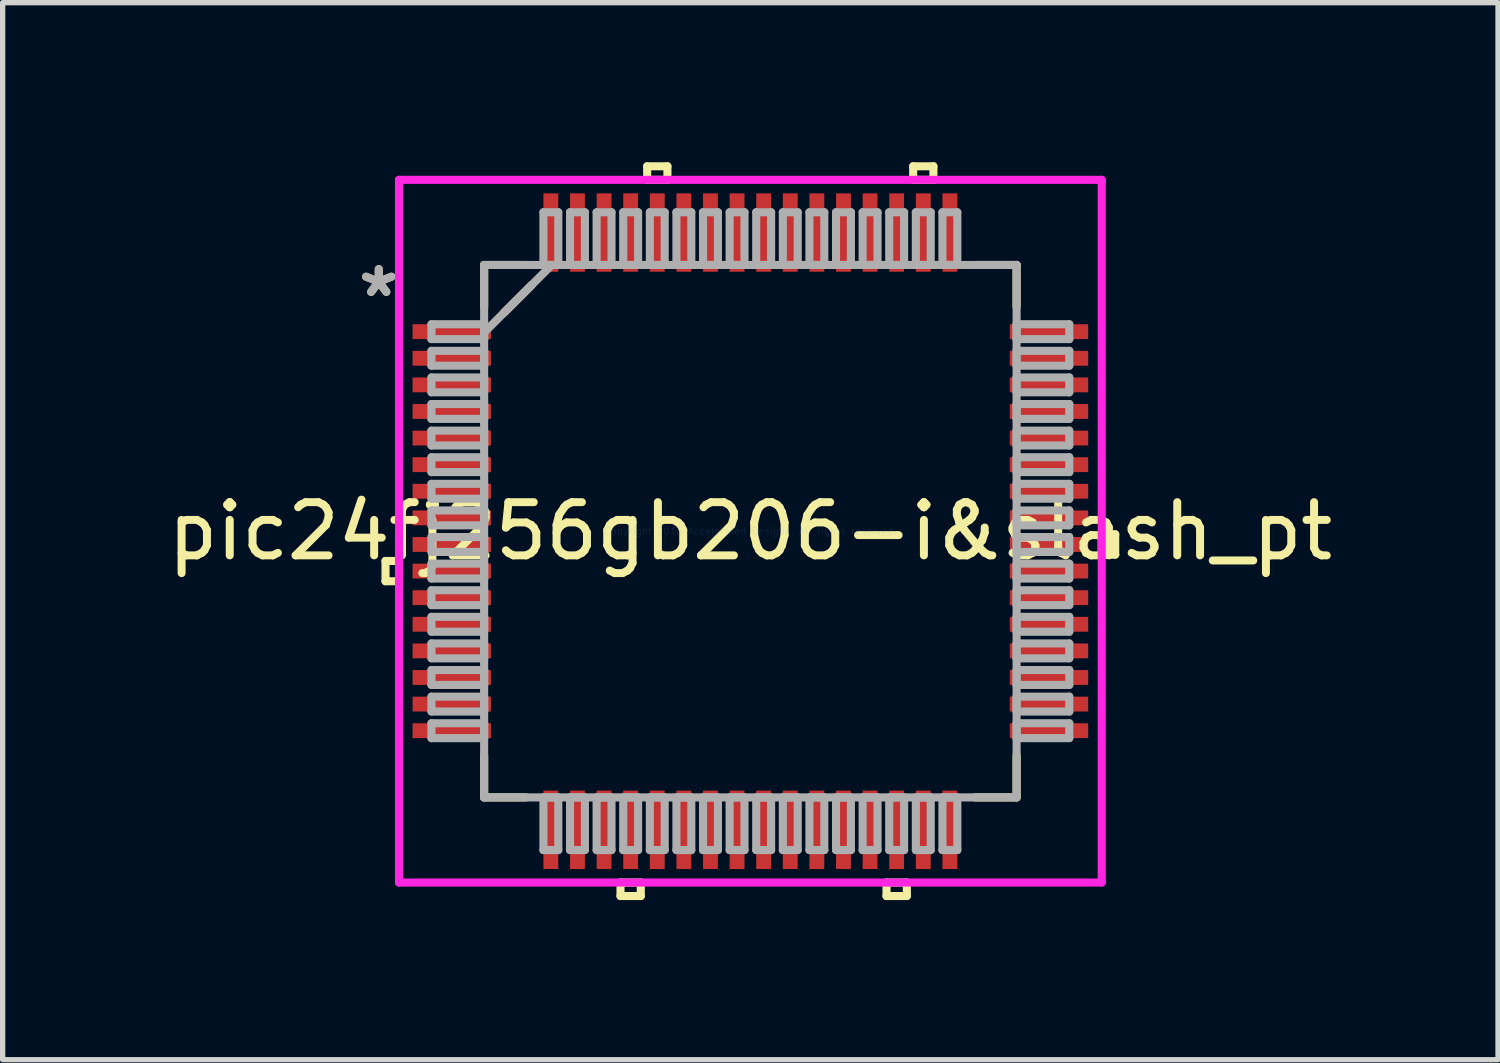
<source format=kicad_pcb>
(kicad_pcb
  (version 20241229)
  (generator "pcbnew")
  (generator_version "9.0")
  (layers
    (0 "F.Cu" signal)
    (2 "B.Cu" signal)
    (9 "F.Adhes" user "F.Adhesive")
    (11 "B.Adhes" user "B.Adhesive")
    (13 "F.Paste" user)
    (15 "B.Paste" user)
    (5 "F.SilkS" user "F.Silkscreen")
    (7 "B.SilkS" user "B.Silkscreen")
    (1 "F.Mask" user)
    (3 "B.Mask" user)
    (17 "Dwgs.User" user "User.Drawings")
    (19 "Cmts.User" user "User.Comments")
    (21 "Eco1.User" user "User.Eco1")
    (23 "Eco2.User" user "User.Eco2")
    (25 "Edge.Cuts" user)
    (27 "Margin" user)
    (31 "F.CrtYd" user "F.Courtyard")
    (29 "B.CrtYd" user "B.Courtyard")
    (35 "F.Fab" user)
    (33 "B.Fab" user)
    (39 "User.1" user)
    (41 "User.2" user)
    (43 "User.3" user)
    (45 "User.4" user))
  (footprint "pic24fj256gb206-i&slash_pt"
    (layer "F.Cu")
    (at 11.054 6.934)
    (property "Reference" "pic24fj256gb206-i&slash_pt" (at 0 0 0) (layer "F.SilkS") (effects (font (size 1 1) (thickness 0.15))))
    (attr through_hole)
    (fp_line (start -6.858 0.56) (end -6.858 0.941) (stroke (width 0.152) (type solid)) (layer "F.SilkS"))
    (fp_line (start -6.858 0.941) (end -6.604 0.941) (stroke (width 0.152) (type solid)) (layer "F.SilkS"))
    (fp_line (start -6.604 0.56) (end -6.858 0.56) (stroke (width 0.152) (type solid)) (layer "F.SilkS"))
    (fp_line (start -6.604 0.941) (end -6.604 0.56) (stroke (width 0.152) (type solid)) (layer "F.SilkS"))
    (fp_line (start -5.004 -5.004) (end -5.004 -4.22) (stroke (width 0.152) (type solid)) (layer "F.SilkS"))
    (fp_line (start -5.004 4.22) (end -5.004 5.004) (stroke (width 0.152) (type solid)) (layer "F.SilkS"))
    (fp_line (start -5.004 5.004) (end -4.22 5.004) (stroke (width 0.152) (type solid)) (layer "F.SilkS"))
    (fp_line (start -4.629 -4.108) (end -4.108 -4.629) (stroke (width 0.152) (type solid)) (layer "F.SilkS"))
    (fp_line (start -4.22 -5.004) (end -5.004 -5.004) (stroke (width 0.152) (type solid)) (layer "F.SilkS"))
    (fp_line (start -2.441 6.604) (end -2.441 6.858) (stroke (width 0.152) (type solid)) (layer "F.SilkS"))
    (fp_line (start -2.441 6.858) (end -2.06 6.858) (stroke (width 0.152) (type solid)) (layer "F.SilkS"))
    (fp_line (start -2.06 6.604) (end -2.441 6.604) (stroke (width 0.152) (type solid)) (layer "F.SilkS"))
    (fp_line (start -2.06 6.858) (end -2.06 6.604) (stroke (width 0.152) (type solid)) (layer "F.SilkS"))
    (fp_line (start -1.94 -6.858) (end -1.559 -6.858) (stroke (width 0.152) (type solid)) (layer "F.SilkS"))
    (fp_line (start -1.94 -6.604) (end -1.94 -6.858) (stroke (width 0.152) (type solid)) (layer "F.SilkS"))
    (fp_line (start -1.559 -6.858) (end -1.559 -6.604) (stroke (width 0.152) (type solid)) (layer "F.SilkS"))
    (fp_line (start -1.559 -6.604) (end -1.94 -6.604) (stroke (width 0.152) (type solid)) (layer "F.SilkS"))
    (fp_line (start 2.559 6.604) (end 2.559 6.858) (stroke (width 0.152) (type solid)) (layer "F.SilkS"))
    (fp_line (start 2.559 6.858) (end 2.941 6.858) (stroke (width 0.152) (type solid)) (layer "F.SilkS"))
    (fp_line (start 2.941 6.604) (end 2.559 6.604) (stroke (width 0.152) (type solid)) (layer "F.SilkS"))
    (fp_line (start 2.941 6.858) (end 2.941 6.604) (stroke (width 0.152) (type solid)) (layer "F.SilkS"))
    (fp_line (start 3.06 -6.858) (end 3.441 -6.858) (stroke (width 0.152) (type solid)) (layer "F.SilkS"))
    (fp_line (start 3.06 -6.604) (end 3.06 -6.858) (stroke (width 0.152) (type solid)) (layer "F.SilkS"))
    (fp_line (start 3.441 -6.858) (end 3.441 -6.604) (stroke (width 0.152) (type solid)) (layer "F.SilkS"))
    (fp_line (start 3.441 -6.604) (end 3.06 -6.604) (stroke (width 0.152) (type solid)) (layer "F.SilkS"))
    (fp_line (start 4.22 5.004) (end 5.004 5.004) (stroke (width 0.152) (type solid)) (layer "F.SilkS"))
    (fp_line (start 5.004 -5.004) (end 4.22 -5.004) (stroke (width 0.152) (type solid)) (layer "F.SilkS"))
    (fp_line (start 5.004 -4.22) (end 5.004 -5.004) (stroke (width 0.152) (type solid)) (layer "F.SilkS"))
    (fp_line (start 5.004 5.004) (end 5.004 4.22) (stroke (width 0.152) (type solid)) (layer "F.SilkS"))
    (fp_line (start 6.604 0.059) (end 6.858 0.059) (stroke (width 0.152) (type solid)) (layer "F.SilkS"))
    (fp_line (start 6.604 0.441) (end 6.604 0.059) (stroke (width 0.152) (type solid)) (layer "F.SilkS"))
    (fp_line (start 6.858 0.059) (end 6.858 0.441) (stroke (width 0.152) (type solid)) (layer "F.SilkS"))
    (fp_line (start 6.858 0.441) (end 6.604 0.441) (stroke (width 0.152) (type solid)) (layer "F.SilkS"))
    (fp_line (start -6.604 -6.604) (end 6.604 -6.604) (stroke (width 0.152) (type solid)) (layer "F.CrtYd"))
    (fp_line (start -6.604 6.604) (end -6.604 -6.604) (stroke (width 0.152) (type solid)) (layer "F.CrtYd"))
    (fp_line (start 6.604 -6.604) (end 6.604 6.604) (stroke (width 0.152) (type solid)) (layer "F.CrtYd"))
    (fp_line (start 6.604 6.604) (end -6.604 6.604) (stroke (width 0.152) (type solid)) (layer "F.CrtYd"))
    (fp_line (start -5.994 -3.89) (end -5.994 -3.61) (stroke (width 0.152) (type solid)) (layer "F.Fab"))
    (fp_line (start -5.994 -3.61) (end -5.004 -3.61) (stroke (width 0.152) (type solid)) (layer "F.Fab"))
    (fp_line (start -5.994 -3.39) (end -5.994 -3.11) (stroke (width 0.152) (type solid)) (layer "F.Fab"))
    (fp_line (start -5.994 -3.11) (end -5.004 -3.11) (stroke (width 0.152) (type solid)) (layer "F.Fab"))
    (fp_line (start -5.994 -2.89) (end -5.994 -2.61) (stroke (width 0.152) (type solid)) (layer "F.Fab"))
    (fp_line (start -5.994 -2.61) (end -5.004 -2.61) (stroke (width 0.152) (type solid)) (layer "F.Fab"))
    (fp_line (start -5.994 -2.39) (end -5.994 -2.11) (stroke (width 0.152) (type solid)) (layer "F.Fab"))
    (fp_line (start -5.994 -2.11) (end -5.004 -2.11) (stroke (width 0.152) (type solid)) (layer "F.Fab"))
    (fp_line (start -5.994 -1.89) (end -5.994 -1.61) (stroke (width 0.152) (type solid)) (layer "F.Fab"))
    (fp_line (start -5.994 -1.61) (end -5.004 -1.61) (stroke (width 0.152) (type solid)) (layer "F.Fab"))
    (fp_line (start -5.994 -1.39) (end -5.994 -1.11) (stroke (width 0.152) (type solid)) (layer "F.Fab"))
    (fp_line (start -5.994 -1.11) (end -5.004 -1.11) (stroke (width 0.152) (type solid)) (layer "F.Fab"))
    (fp_line (start -5.994 -0.89) (end -5.994 -0.61) (stroke (width 0.152) (type solid)) (layer "F.Fab"))
    (fp_line (start -5.994 -0.61) (end -5.004 -0.61) (stroke (width 0.152) (type solid)) (layer "F.Fab"))
    (fp_line (start -5.994 -0.39) (end -5.994 -0.11) (stroke (width 0.152) (type solid)) (layer "F.Fab"))
    (fp_line (start -5.994 -0.11) (end -5.004 -0.11) (stroke (width 0.152) (type solid)) (layer "F.Fab"))
    (fp_line (start -5.994 0.11) (end -5.994 0.39) (stroke (width 0.152) (type solid)) (layer "F.Fab"))
    (fp_line (start -5.994 0.39) (end -5.004 0.39) (stroke (width 0.152) (type solid)) (layer "F.Fab"))
    (fp_line (start -5.994 0.61) (end -5.994 0.89) (stroke (width 0.152) (type solid)) (layer "F.Fab"))
    (fp_line (start -5.994 0.89) (end -5.004 0.89) (stroke (width 0.152) (type solid)) (layer "F.Fab"))
    (fp_line (start -5.994 1.11) (end -5.994 1.39) (stroke (width 0.152) (type solid)) (layer "F.Fab"))
    (fp_line (start -5.994 1.39) (end -5.004 1.39) (stroke (width 0.152) (type solid)) (layer "F.Fab"))
    (fp_line (start -5.994 1.61) (end -5.994 1.89) (stroke (width 0.152) (type solid)) (layer "F.Fab"))
    (fp_line (start -5.994 1.89) (end -5.004 1.89) (stroke (width 0.152) (type solid)) (layer "F.Fab"))
    (fp_line (start -5.994 2.11) (end -5.994 2.39) (stroke (width 0.152) (type solid)) (layer "F.Fab"))
    (fp_line (start -5.994 2.39) (end -5.004 2.39) (stroke (width 0.152) (type solid)) (layer "F.Fab"))
    (fp_line (start -5.994 2.61) (end -5.994 2.89) (stroke (width 0.152) (type solid)) (layer "F.Fab"))
    (fp_line (start -5.994 2.89) (end -5.004 2.89) (stroke (width 0.152) (type solid)) (layer "F.Fab"))
    (fp_line (start -5.994 3.11) (end -5.994 3.39) (stroke (width 0.152) (type solid)) (layer "F.Fab"))
    (fp_line (start -5.994 3.39) (end -5.004 3.39) (stroke (width 0.152) (type solid)) (layer "F.Fab"))
    (fp_line (start -5.994 3.61) (end -5.994 3.89) (stroke (width 0.152) (type solid)) (layer "F.Fab"))
    (fp_line (start -5.994 3.89) (end -5.004 3.89) (stroke (width 0.152) (type solid)) (layer "F.Fab"))
    (fp_line (start -5.004 -5.004) (end -5.004 5.004) (stroke (width 0.152) (type solid)) (layer "F.Fab"))
    (fp_line (start -5.004 -3.89) (end -5.994 -3.89) (stroke (width 0.152) (type solid)) (layer "F.Fab"))
    (fp_line (start -5.004 -3.734) (end -3.734 -5.004) (stroke (width 0.152) (type solid)) (layer "F.Fab"))
    (fp_line (start -5.004 -3.61) (end -5.004 -3.89) (stroke (width 0.152) (type solid)) (layer "F.Fab"))
    (fp_line (start -5.004 -3.39) (end -5.994 -3.39) (stroke (width 0.152) (type solid)) (layer "F.Fab"))
    (fp_line (start -5.004 -3.11) (end -5.004 -3.39) (stroke (width 0.152) (type solid)) (layer "F.Fab"))
    (fp_line (start -5.004 -2.89) (end -5.994 -2.89) (stroke (width 0.152) (type solid)) (layer "F.Fab"))
    (fp_line (start -5.004 -2.61) (end -5.004 -2.89) (stroke (width 0.152) (type solid)) (layer "F.Fab"))
    (fp_line (start -5.004 -2.39) (end -5.994 -2.39) (stroke (width 0.152) (type solid)) (layer "F.Fab"))
    (fp_line (start -5.004 -2.11) (end -5.004 -2.39) (stroke (width 0.152) (type solid)) (layer "F.Fab"))
    (fp_line (start -5.004 -1.89) (end -5.994 -1.89) (stroke (width 0.152) (type solid)) (layer "F.Fab"))
    (fp_line (start -5.004 -1.61) (end -5.004 -1.89) (stroke (width 0.152) (type solid)) (layer "F.Fab"))
    (fp_line (start -5.004 -1.39) (end -5.994 -1.39) (stroke (width 0.152) (type solid)) (layer "F.Fab"))
    (fp_line (start -5.004 -1.11) (end -5.004 -1.39) (stroke (width 0.152) (type solid)) (layer "F.Fab"))
    (fp_line (start -5.004 -0.89) (end -5.994 -0.89) (stroke (width 0.152) (type solid)) (layer "F.Fab"))
    (fp_line (start -5.004 -0.61) (end -5.004 -0.89) (stroke (width 0.152) (type solid)) (layer "F.Fab"))
    (fp_line (start -5.004 -0.39) (end -5.994 -0.39) (stroke (width 0.152) (type solid)) (layer "F.Fab"))
    (fp_line (start -5.004 -0.11) (end -5.004 -0.39) (stroke (width 0.152) (type solid)) (layer "F.Fab"))
    (fp_line (start -5.004 0.11) (end -5.994 0.11) (stroke (width 0.152) (type solid)) (layer "F.Fab"))
    (fp_line (start -5.004 0.39) (end -5.004 0.11) (stroke (width 0.152) (type solid)) (layer "F.Fab"))
    (fp_line (start -5.004 0.61) (end -5.994 0.61) (stroke (width 0.152) (type solid)) (layer "F.Fab"))
    (fp_line (start -5.004 0.89) (end -5.004 0.61) (stroke (width 0.152) (type solid)) (layer "F.Fab"))
    (fp_line (start -5.004 1.11) (end -5.994 1.11) (stroke (width 0.152) (type solid)) (layer "F.Fab"))
    (fp_line (start -5.004 1.39) (end -5.004 1.11) (stroke (width 0.152) (type solid)) (layer "F.Fab"))
    (fp_line (start -5.004 1.61) (end -5.994 1.61) (stroke (width 0.152) (type solid)) (layer "F.Fab"))
    (fp_line (start -5.004 1.89) (end -5.004 1.61) (stroke (width 0.152) (type solid)) (layer "F.Fab"))
    (fp_line (start -5.004 2.11) (end -5.994 2.11) (stroke (width 0.152) (type solid)) (layer "F.Fab"))
    (fp_line (start -5.004 2.39) (end -5.004 2.11) (stroke (width 0.152) (type solid)) (layer "F.Fab"))
    (fp_line (start -5.004 2.61) (end -5.994 2.61) (stroke (width 0.152) (type solid)) (layer "F.Fab"))
    (fp_line (start -5.004 2.89) (end -5.004 2.61) (stroke (width 0.152) (type solid)) (layer "F.Fab"))
    (fp_line (start -5.004 3.11) (end -5.994 3.11) (stroke (width 0.152) (type solid)) (layer "F.Fab"))
    (fp_line (start -5.004 3.39) (end -5.004 3.11) (stroke (width 0.152) (type solid)) (layer "F.Fab"))
    (fp_line (start -5.004 3.61) (end -5.994 3.61) (stroke (width 0.152) (type solid)) (layer "F.Fab"))
    (fp_line (start -5.004 3.89) (end -5.004 3.61) (stroke (width 0.152) (type solid)) (layer "F.Fab"))
    (fp_line (start -5.004 5.004) (end 5.004 5.004) (stroke (width 0.152) (type solid)) (layer "F.Fab"))
    (fp_line (start -3.89 -5.994) (end -3.89 -5.004) (stroke (width 0.152) (type solid)) (layer "F.Fab"))
    (fp_line (start -3.89 -5.004) (end -3.61 -5.004) (stroke (width 0.152) (type solid)) (layer "F.Fab"))
    (fp_line (start -3.89 5.004) (end -3.89 5.994) (stroke (width 0.152) (type solid)) (layer "F.Fab"))
    (fp_line (start -3.89 5.994) (end -3.61 5.994) (stroke (width 0.152) (type solid)) (layer "F.Fab"))
    (fp_line (start -3.61 -5.994) (end -3.89 -5.994) (stroke (width 0.152) (type solid)) (layer "F.Fab"))
    (fp_line (start -3.61 -5.004) (end -3.61 -5.994) (stroke (width 0.152) (type solid)) (layer "F.Fab"))
    (fp_line (start -3.61 5.004) (end -3.89 5.004) (stroke (width 0.152) (type solid)) (layer "F.Fab"))
    (fp_line (start -3.61 5.994) (end -3.61 5.004) (stroke (width 0.152) (type solid)) (layer "F.Fab"))
    (fp_line (start -3.39 -5.994) (end -3.39 -5.004) (stroke (width 0.152) (type solid)) (layer "F.Fab"))
    (fp_line (start -3.39 -5.004) (end -3.11 -5.004) (stroke (width 0.152) (type solid)) (layer "F.Fab"))
    (fp_line (start -3.39 5.004) (end -3.39 5.994) (stroke (width 0.152) (type solid)) (layer "F.Fab"))
    (fp_line (start -3.39 5.994) (end -3.11 5.994) (stroke (width 0.152) (type solid)) (layer "F.Fab"))
    (fp_line (start -3.11 -5.994) (end -3.39 -5.994) (stroke (width 0.152) (type solid)) (layer "F.Fab"))
    (fp_line (start -3.11 -5.004) (end -3.11 -5.994) (stroke (width 0.152) (type solid)) (layer "F.Fab"))
    (fp_line (start -3.11 5.004) (end -3.39 5.004) (stroke (width 0.152) (type solid)) (layer "F.Fab"))
    (fp_line (start -3.11 5.994) (end -3.11 5.004) (stroke (width 0.152) (type solid)) (layer "F.Fab"))
    (fp_line (start -2.89 -5.994) (end -2.89 -5.004) (stroke (width 0.152) (type solid)) (layer "F.Fab"))
    (fp_line (start -2.89 -5.004) (end -2.61 -5.004) (stroke (width 0.152) (type solid)) (layer "F.Fab"))
    (fp_line (start -2.89 5.004) (end -2.89 5.994) (stroke (width 0.152) (type solid)) (layer "F.Fab"))
    (fp_line (start -2.89 5.994) (end -2.61 5.994) (stroke (width 0.152) (type solid)) (layer "F.Fab"))
    (fp_line (start -2.61 -5.994) (end -2.89 -5.994) (stroke (width 0.152) (type solid)) (layer "F.Fab"))
    (fp_line (start -2.61 -5.004) (end -2.61 -5.994) (stroke (width 0.152) (type solid)) (layer "F.Fab"))
    (fp_line (start -2.61 5.004) (end -2.89 5.004) (stroke (width 0.152) (type solid)) (layer "F.Fab"))
    (fp_line (start -2.61 5.994) (end -2.61 5.004) (stroke (width 0.152) (type solid)) (layer "F.Fab"))
    (fp_line (start -2.39 -5.994) (end -2.39 -5.004) (stroke (width 0.152) (type solid)) (layer "F.Fab"))
    (fp_line (start -2.39 -5.004) (end -2.11 -5.004) (stroke (width 0.152) (type solid)) (layer "F.Fab"))
    (fp_line (start -2.39 5.004) (end -2.39 5.994) (stroke (width 0.152) (type solid)) (layer "F.Fab"))
    (fp_line (start -2.39 5.994) (end -2.11 5.994) (stroke (width 0.152) (type solid)) (layer "F.Fab"))
    (fp_line (start -2.11 -5.994) (end -2.39 -5.994) (stroke (width 0.152) (type solid)) (layer "F.Fab"))
    (fp_line (start -2.11 -5.004) (end -2.11 -5.994) (stroke (width 0.152) (type solid)) (layer "F.Fab"))
    (fp_line (start -2.11 5.004) (end -2.39 5.004) (stroke (width 0.152) (type solid)) (layer "F.Fab"))
    (fp_line (start -2.11 5.994) (end -2.11 5.004) (stroke (width 0.152) (type solid)) (layer "F.Fab"))
    (fp_line (start -1.89 -5.994) (end -1.89 -5.004) (stroke (width 0.152) (type solid)) (layer "F.Fab"))
    (fp_line (start -1.89 -5.004) (end -1.61 -5.004) (stroke (width 0.152) (type solid)) (layer "F.Fab"))
    (fp_line (start -1.89 5.004) (end -1.89 5.994) (stroke (width 0.152) (type solid)) (layer "F.Fab"))
    (fp_line (start -1.89 5.994) (end -1.61 5.994) (stroke (width 0.152) (type solid)) (layer "F.Fab"))
    (fp_line (start -1.61 -5.994) (end -1.89 -5.994) (stroke (width 0.152) (type solid)) (layer "F.Fab"))
    (fp_line (start -1.61 -5.004) (end -1.61 -5.994) (stroke (width 0.152) (type solid)) (layer "F.Fab"))
    (fp_line (start -1.61 5.004) (end -1.89 5.004) (stroke (width 0.152) (type solid)) (layer "F.Fab"))
    (fp_line (start -1.61 5.994) (end -1.61 5.004) (stroke (width 0.152) (type solid)) (layer "F.Fab"))
    (fp_line (start -1.39 -5.994) (end -1.39 -5.004) (stroke (width 0.152) (type solid)) (layer "F.Fab"))
    (fp_line (start -1.39 -5.004) (end -1.11 -5.004) (stroke (width 0.152) (type solid)) (layer "F.Fab"))
    (fp_line (start -1.39 5.004) (end -1.39 5.994) (stroke (width 0.152) (type solid)) (layer "F.Fab"))
    (fp_line (start -1.39 5.994) (end -1.11 5.994) (stroke (width 0.152) (type solid)) (layer "F.Fab"))
    (fp_line (start -1.11 -5.994) (end -1.39 -5.994) (stroke (width 0.152) (type solid)) (layer "F.Fab"))
    (fp_line (start -1.11 -5.004) (end -1.11 -5.994) (stroke (width 0.152) (type solid)) (layer "F.Fab"))
    (fp_line (start -1.11 5.004) (end -1.39 5.004) (stroke (width 0.152) (type solid)) (layer "F.Fab"))
    (fp_line (start -1.11 5.994) (end -1.11 5.004) (stroke (width 0.152) (type solid)) (layer "F.Fab"))
    (fp_line (start -0.89 -5.994) (end -0.89 -5.004) (stroke (width 0.152) (type solid)) (layer "F.Fab"))
    (fp_line (start -0.89 -5.004) (end -0.61 -5.004) (stroke (width 0.152) (type solid)) (layer "F.Fab"))
    (fp_line (start -0.89 5.004) (end -0.89 5.994) (stroke (width 0.152) (type solid)) (layer "F.Fab"))
    (fp_line (start -0.89 5.994) (end -0.61 5.994) (stroke (width 0.152) (type solid)) (layer "F.Fab"))
    (fp_line (start -0.61 -5.994) (end -0.89 -5.994) (stroke (width 0.152) (type solid)) (layer "F.Fab"))
    (fp_line (start -0.61 -5.004) (end -0.61 -5.994) (stroke (width 0.152) (type solid)) (layer "F.Fab"))
    (fp_line (start -0.61 5.004) (end -0.89 5.004) (stroke (width 0.152) (type solid)) (layer "F.Fab"))
    (fp_line (start -0.61 5.994) (end -0.61 5.004) (stroke (width 0.152) (type solid)) (layer "F.Fab"))
    (fp_line (start -0.39 -5.994) (end -0.39 -5.004) (stroke (width 0.152) (type solid)) (layer "F.Fab"))
    (fp_line (start -0.39 -5.004) (end -0.11 -5.004) (stroke (width 0.152) (type solid)) (layer "F.Fab"))
    (fp_line (start -0.39 5.004) (end -0.39 5.994) (stroke (width 0.152) (type solid)) (layer "F.Fab"))
    (fp_line (start -0.39 5.994) (end -0.11 5.994) (stroke (width 0.152) (type solid)) (layer "F.Fab"))
    (fp_line (start -0.11 -5.994) (end -0.39 -5.994) (stroke (width 0.152) (type solid)) (layer "F.Fab"))
    (fp_line (start -0.11 -5.004) (end -0.11 -5.994) (stroke (width 0.152) (type solid)) (layer "F.Fab"))
    (fp_line (start -0.11 5.004) (end -0.39 5.004) (stroke (width 0.152) (type solid)) (layer "F.Fab"))
    (fp_line (start -0.11 5.994) (end -0.11 5.004) (stroke (width 0.152) (type solid)) (layer "F.Fab"))
    (fp_line (start 0.11 -5.994) (end 0.11 -5.004) (stroke (width 0.152) (type solid)) (layer "F.Fab"))
    (fp_line (start 0.11 -5.004) (end 0.39 -5.004) (stroke (width 0.152) (type solid)) (layer "F.Fab"))
    (fp_line (start 0.11 5.004) (end 0.11 5.994) (stroke (width 0.152) (type solid)) (layer "F.Fab"))
    (fp_line (start 0.11 5.994) (end 0.39 5.994) (stroke (width 0.152) (type solid)) (layer "F.Fab"))
    (fp_line (start 0.39 -5.994) (end 0.11 -5.994) (stroke (width 0.152) (type solid)) (layer "F.Fab"))
    (fp_line (start 0.39 -5.004) (end 0.39 -5.994) (stroke (width 0.152) (type solid)) (layer "F.Fab"))
    (fp_line (start 0.39 5.004) (end 0.11 5.004) (stroke (width 0.152) (type solid)) (layer "F.Fab"))
    (fp_line (start 0.39 5.994) (end 0.39 5.004) (stroke (width 0.152) (type solid)) (layer "F.Fab"))
    (fp_line (start 0.61 -5.994) (end 0.61 -5.004) (stroke (width 0.152) (type solid)) (layer "F.Fab"))
    (fp_line (start 0.61 -5.004) (end 0.89 -5.004) (stroke (width 0.152) (type solid)) (layer "F.Fab"))
    (fp_line (start 0.61 5.004) (end 0.61 5.994) (stroke (width 0.152) (type solid)) (layer "F.Fab"))
    (fp_line (start 0.61 5.994) (end 0.89 5.994) (stroke (width 0.152) (type solid)) (layer "F.Fab"))
    (fp_line (start 0.89 -5.994) (end 0.61 -5.994) (stroke (width 0.152) (type solid)) (layer "F.Fab"))
    (fp_line (start 0.89 -5.004) (end 0.89 -5.994) (stroke (width 0.152) (type solid)) (layer "F.Fab"))
    (fp_line (start 0.89 5.004) (end 0.61 5.004) (stroke (width 0.152) (type solid)) (layer "F.Fab"))
    (fp_line (start 0.89 5.994) (end 0.89 5.004) (stroke (width 0.152) (type solid)) (layer "F.Fab"))
    (fp_line (start 1.11 -5.994) (end 1.11 -5.004) (stroke (width 0.152) (type solid)) (layer "F.Fab"))
    (fp_line (start 1.11 -5.004) (end 1.39 -5.004) (stroke (width 0.152) (type solid)) (layer "F.Fab"))
    (fp_line (start 1.11 5.004) (end 1.11 5.994) (stroke (width 0.152) (type solid)) (layer "F.Fab"))
    (fp_line (start 1.11 5.994) (end 1.39 5.994) (stroke (width 0.152) (type solid)) (layer "F.Fab"))
    (fp_line (start 1.39 -5.994) (end 1.11 -5.994) (stroke (width 0.152) (type solid)) (layer "F.Fab"))
    (fp_line (start 1.39 -5.004) (end 1.39 -5.994) (stroke (width 0.152) (type solid)) (layer "F.Fab"))
    (fp_line (start 1.39 5.004) (end 1.11 5.004) (stroke (width 0.152) (type solid)) (layer "F.Fab"))
    (fp_line (start 1.39 5.994) (end 1.39 5.004) (stroke (width 0.152) (type solid)) (layer "F.Fab"))
    (fp_line (start 1.61 -5.994) (end 1.61 -5.004) (stroke (width 0.152) (type solid)) (layer "F.Fab"))
    (fp_line (start 1.61 -5.004) (end 1.89 -5.004) (stroke (width 0.152) (type solid)) (layer "F.Fab"))
    (fp_line (start 1.61 5.004) (end 1.61 5.994) (stroke (width 0.152) (type solid)) (layer "F.Fab"))
    (fp_line (start 1.61 5.994) (end 1.89 5.994) (stroke (width 0.152) (type solid)) (layer "F.Fab"))
    (fp_line (start 1.89 -5.994) (end 1.61 -5.994) (stroke (width 0.152) (type solid)) (layer "F.Fab"))
    (fp_line (start 1.89 -5.004) (end 1.89 -5.994) (stroke (width 0.152) (type solid)) (layer "F.Fab"))
    (fp_line (start 1.89 5.004) (end 1.61 5.004) (stroke (width 0.152) (type solid)) (layer "F.Fab"))
    (fp_line (start 1.89 5.994) (end 1.89 5.004) (stroke (width 0.152) (type solid)) (layer "F.Fab"))
    (fp_line (start 2.11 -5.994) (end 2.11 -5.004) (stroke (width 0.152) (type solid)) (layer "F.Fab"))
    (fp_line (start 2.11 -5.004) (end 2.39 -5.004) (stroke (width 0.152) (type solid)) (layer "F.Fab"))
    (fp_line (start 2.11 5.004) (end 2.11 5.994) (stroke (width 0.152) (type solid)) (layer "F.Fab"))
    (fp_line (start 2.11 5.994) (end 2.39 5.994) (stroke (width 0.152) (type solid)) (layer "F.Fab"))
    (fp_line (start 2.39 -5.994) (end 2.11 -5.994) (stroke (width 0.152) (type solid)) (layer "F.Fab"))
    (fp_line (start 2.39 -5.004) (end 2.39 -5.994) (stroke (width 0.152) (type solid)) (layer "F.Fab"))
    (fp_line (start 2.39 5.004) (end 2.11 5.004) (stroke (width 0.152) (type solid)) (layer "F.Fab"))
    (fp_line (start 2.39 5.994) (end 2.39 5.004) (stroke (width 0.152) (type solid)) (layer "F.Fab"))
    (fp_line (start 2.61 -5.994) (end 2.61 -5.004) (stroke (width 0.152) (type solid)) (layer "F.Fab"))
    (fp_line (start 2.61 -5.004) (end 2.89 -5.004) (stroke (width 0.152) (type solid)) (layer "F.Fab"))
    (fp_line (start 2.61 5.004) (end 2.61 5.994) (stroke (width 0.152) (type solid)) (layer "F.Fab"))
    (fp_line (start 2.61 5.994) (end 2.89 5.994) (stroke (width 0.152) (type solid)) (layer "F.Fab"))
    (fp_line (start 2.89 -5.994) (end 2.61 -5.994) (stroke (width 0.152) (type solid)) (layer "F.Fab"))
    (fp_line (start 2.89 -5.004) (end 2.89 -5.994) (stroke (width 0.152) (type solid)) (layer "F.Fab"))
    (fp_line (start 2.89 5.004) (end 2.61 5.004) (stroke (width 0.152) (type solid)) (layer "F.Fab"))
    (fp_line (start 2.89 5.994) (end 2.89 5.004) (stroke (width 0.152) (type solid)) (layer "F.Fab"))
    (fp_line (start 3.11 -5.994) (end 3.11 -5.004) (stroke (width 0.152) (type solid)) (layer "F.Fab"))
    (fp_line (start 3.11 -5.004) (end 3.39 -5.004) (stroke (width 0.152) (type solid)) (layer "F.Fab"))
    (fp_line (start 3.11 5.004) (end 3.11 5.994) (stroke (width 0.152) (type solid)) (layer "F.Fab"))
    (fp_line (start 3.11 5.994) (end 3.39 5.994) (stroke (width 0.152) (type solid)) (layer "F.Fab"))
    (fp_line (start 3.39 -5.994) (end 3.11 -5.994) (stroke (width 0.152) (type solid)) (layer "F.Fab"))
    (fp_line (start 3.39 -5.004) (end 3.39 -5.994) (stroke (width 0.152) (type solid)) (layer "F.Fab"))
    (fp_line (start 3.39 5.004) (end 3.11 5.004) (stroke (width 0.152) (type solid)) (layer "F.Fab"))
    (fp_line (start 3.39 5.994) (end 3.39 5.004) (stroke (width 0.152) (type solid)) (layer "F.Fab"))
    (fp_line (start 3.61 -5.994) (end 3.61 -5.004) (stroke (width 0.152) (type solid)) (layer "F.Fab"))
    (fp_line (start 3.61 -5.004) (end 3.89 -5.004) (stroke (width 0.152) (type solid)) (layer "F.Fab"))
    (fp_line (start 3.61 5.004) (end 3.61 5.994) (stroke (width 0.152) (type solid)) (layer "F.Fab"))
    (fp_line (start 3.61 5.994) (end 3.89 5.994) (stroke (width 0.152) (type solid)) (layer "F.Fab"))
    (fp_line (start 3.89 -5.994) (end 3.61 -5.994) (stroke (width 0.152) (type solid)) (layer "F.Fab"))
    (fp_line (start 3.89 -5.004) (end 3.89 -5.994) (stroke (width 0.152) (type solid)) (layer "F.Fab"))
    (fp_line (start 3.89 5.004) (end 3.61 5.004) (stroke (width 0.152) (type solid)) (layer "F.Fab"))
    (fp_line (start 3.89 5.994) (end 3.89 5.004) (stroke (width 0.152) (type solid)) (layer "F.Fab"))
    (fp_line (start 5.004 -5.004) (end -5.004 -5.004) (stroke (width 0.152) (type solid)) (layer "F.Fab"))
    (fp_line (start 5.004 -3.89) (end 5.004 -3.61) (stroke (width 0.152) (type solid)) (layer "F.Fab"))
    (fp_line (start 5.004 -3.61) (end 5.994 -3.61) (stroke (width 0.152) (type solid)) (layer "F.Fab"))
    (fp_line (start 5.004 -3.39) (end 5.004 -3.11) (stroke (width 0.152) (type solid)) (layer "F.Fab"))
    (fp_line (start 5.004 -3.11) (end 5.994 -3.11) (stroke (width 0.152) (type solid)) (layer "F.Fab"))
    (fp_line (start 5.004 -2.89) (end 5.004 -2.61) (stroke (width 0.152) (type solid)) (layer "F.Fab"))
    (fp_line (start 5.004 -2.61) (end 5.994 -2.61) (stroke (width 0.152) (type solid)) (layer "F.Fab"))
    (fp_line (start 5.004 -2.39) (end 5.004 -2.11) (stroke (width 0.152) (type solid)) (layer "F.Fab"))
    (fp_line (start 5.004 -2.11) (end 5.994 -2.11) (stroke (width 0.152) (type solid)) (layer "F.Fab"))
    (fp_line (start 5.004 -1.89) (end 5.004 -1.61) (stroke (width 0.152) (type solid)) (layer "F.Fab"))
    (fp_line (start 5.004 -1.61) (end 5.994 -1.61) (stroke (width 0.152) (type solid)) (layer "F.Fab"))
    (fp_line (start 5.004 -1.39) (end 5.004 -1.11) (stroke (width 0.152) (type solid)) (layer "F.Fab"))
    (fp_line (start 5.004 -1.11) (end 5.994 -1.11) (stroke (width 0.152) (type solid)) (layer "F.Fab"))
    (fp_line (start 5.004 -0.89) (end 5.004 -0.61) (stroke (width 0.152) (type solid)) (layer "F.Fab"))
    (fp_line (start 5.004 -0.61) (end 5.994 -0.61) (stroke (width 0.152) (type solid)) (layer "F.Fab"))
    (fp_line (start 5.004 -0.39) (end 5.004 -0.11) (stroke (width 0.152) (type solid)) (layer "F.Fab"))
    (fp_line (start 5.004 -0.11) (end 5.994 -0.11) (stroke (width 0.152) (type solid)) (layer "F.Fab"))
    (fp_line (start 5.004 0.11) (end 5.004 0.39) (stroke (width 0.152) (type solid)) (layer "F.Fab"))
    (fp_line (start 5.004 0.39) (end 5.994 0.39) (stroke (width 0.152) (type solid)) (layer "F.Fab"))
    (fp_line (start 5.004 0.61) (end 5.004 0.89) (stroke (width 0.152) (type solid)) (layer "F.Fab"))
    (fp_line (start 5.004 0.89) (end 5.994 0.89) (stroke (width 0.152) (type solid)) (layer "F.Fab"))
    (fp_line (start 5.004 1.11) (end 5.004 1.39) (stroke (width 0.152) (type solid)) (layer "F.Fab"))
    (fp_line (start 5.004 1.39) (end 5.994 1.39) (stroke (width 0.152) (type solid)) (layer "F.Fab"))
    (fp_line (start 5.004 1.61) (end 5.004 1.89) (stroke (width 0.152) (type solid)) (layer "F.Fab"))
    (fp_line (start 5.004 1.89) (end 5.994 1.89) (stroke (width 0.152) (type solid)) (layer "F.Fab"))
    (fp_line (start 5.004 2.11) (end 5.004 2.39) (stroke (width 0.152) (type solid)) (layer "F.Fab"))
    (fp_line (start 5.004 2.39) (end 5.994 2.39) (stroke (width 0.152) (type solid)) (layer "F.Fab"))
    (fp_line (start 5.004 2.61) (end 5.004 2.89) (stroke (width 0.152) (type solid)) (layer "F.Fab"))
    (fp_line (start 5.004 2.89) (end 5.994 2.89) (stroke (width 0.152) (type solid)) (layer "F.Fab"))
    (fp_line (start 5.004 3.11) (end 5.004 3.39) (stroke (width 0.152) (type solid)) (layer "F.Fab"))
    (fp_line (start 5.004 3.39) (end 5.994 3.39) (stroke (width 0.152) (type solid)) (layer "F.Fab"))
    (fp_line (start 5.004 3.61) (end 5.004 3.89) (stroke (width 0.152) (type solid)) (layer "F.Fab"))
    (fp_line (start 5.004 3.89) (end 5.994 3.89) (stroke (width 0.152) (type solid)) (layer "F.Fab"))
    (fp_line (start 5.004 5.004) (end 5.004 -5.004) (stroke (width 0.152) (type solid)) (layer "F.Fab"))
    (fp_line (start 5.994 -3.89) (end 5.004 -3.89) (stroke (width 0.152) (type solid)) (layer "F.Fab"))
    (fp_line (start 5.994 -3.61) (end 5.994 -3.89) (stroke (width 0.152) (type solid)) (layer "F.Fab"))
    (fp_line (start 5.994 -3.39) (end 5.004 -3.39) (stroke (width 0.152) (type solid)) (layer "F.Fab"))
    (fp_line (start 5.994 -3.11) (end 5.994 -3.39) (stroke (width 0.152) (type solid)) (layer "F.Fab"))
    (fp_line (start 5.994 -2.89) (end 5.004 -2.89) (stroke (width 0.152) (type solid)) (layer "F.Fab"))
    (fp_line (start 5.994 -2.61) (end 5.994 -2.89) (stroke (width 0.152) (type solid)) (layer "F.Fab"))
    (fp_line (start 5.994 -2.39) (end 5.004 -2.39) (stroke (width 0.152) (type solid)) (layer "F.Fab"))
    (fp_line (start 5.994 -2.11) (end 5.994 -2.39) (stroke (width 0.152) (type solid)) (layer "F.Fab"))
    (fp_line (start 5.994 -1.89) (end 5.004 -1.89) (stroke (width 0.152) (type solid)) (layer "F.Fab"))
    (fp_line (start 5.994 -1.61) (end 5.994 -1.89) (stroke (width 0.152) (type solid)) (layer "F.Fab"))
    (fp_line (start 5.994 -1.39) (end 5.004 -1.39) (stroke (width 0.152) (type solid)) (layer "F.Fab"))
    (fp_line (start 5.994 -1.11) (end 5.994 -1.39) (stroke (width 0.152) (type solid)) (layer "F.Fab"))
    (fp_line (start 5.994 -0.89) (end 5.004 -0.89) (stroke (width 0.152) (type solid)) (layer "F.Fab"))
    (fp_line (start 5.994 -0.61) (end 5.994 -0.89) (stroke (width 0.152) (type solid)) (layer "F.Fab"))
    (fp_line (start 5.994 -0.39) (end 5.004 -0.39) (stroke (width 0.152) (type solid)) (layer "F.Fab"))
    (fp_line (start 5.994 -0.11) (end 5.994 -0.39) (stroke (width 0.152) (type solid)) (layer "F.Fab"))
    (fp_line (start 5.994 0.11) (end 5.004 0.11) (stroke (width 0.152) (type solid)) (layer "F.Fab"))
    (fp_line (start 5.994 0.39) (end 5.994 0.11) (stroke (width 0.152) (type solid)) (layer "F.Fab"))
    (fp_line (start 5.994 0.61) (end 5.004 0.61) (stroke (width 0.152) (type solid)) (layer "F.Fab"))
    (fp_line (start 5.994 0.89) (end 5.994 0.61) (stroke (width 0.152) (type solid)) (layer "F.Fab"))
    (fp_line (start 5.994 1.11) (end 5.004 1.11) (stroke (width 0.152) (type solid)) (layer "F.Fab"))
    (fp_line (start 5.994 1.39) (end 5.994 1.11) (stroke (width 0.152) (type solid)) (layer "F.Fab"))
    (fp_line (start 5.994 1.61) (end 5.004 1.61) (stroke (width 0.152) (type solid)) (layer "F.Fab"))
    (fp_line (start 5.994 1.89) (end 5.994 1.61) (stroke (width 0.152) (type solid)) (layer "F.Fab"))
    (fp_line (start 5.994 2.11) (end 5.004 2.11) (stroke (width 0.152) (type solid)) (layer "F.Fab"))
    (fp_line (start 5.994 2.39) (end 5.994 2.11) (stroke (width 0.152) (type solid)) (layer "F.Fab"))
    (fp_line (start 5.994 2.61) (end 5.004 2.61) (stroke (width 0.152) (type solid)) (layer "F.Fab"))
    (fp_line (start 5.994 2.89) (end 5.994 2.61) (stroke (width 0.152) (type solid)) (layer "F.Fab"))
    (fp_line (start 5.994 3.11) (end 5.004 3.11) (stroke (width 0.152) (type solid)) (layer "F.Fab"))
    (fp_line (start 5.994 3.39) (end 5.994 3.11) (stroke (width 0.152) (type solid)) (layer "F.Fab"))
    (fp_line (start 5.994 3.61) (end 5.004 3.61) (stroke (width 0.152) (type solid)) (layer "F.Fab"))
    (fp_line (start 5.994 3.89) (end 5.994 3.61) (stroke (width 0.152) (type solid)) (layer "F.Fab"))
    (fp_text user "*" (at -6.985 -4.381 0) (layer "F.SilkS") (effects (font (size 1 1) (thickness 0.15))))
    (fp_text user "Copyright 2016 Accelerated Designs. All rights reserved." (at 0 0 0) (layer "Cmts.User") (effects (font (size 0.127 0.127) (thickness 0.002))))
    (fp_text user "*" (at -6.985 -4.381 0) (layer "F.Fab") (effects (font (size 1 1) (thickness 0.15))))
    (pad "1" smd rect (at -5.613 -3.75 90) (size 0.279 1.473) (layers "F.Cu" "F.Mask" "F.Paste"))
    (pad "2" smd rect (at -5.613 -3.25 90) (size 0.279 1.473) (layers "F.Cu" "F.Mask" "F.Paste"))
    (pad "3" smd rect (at -5.613 -2.75 90) (size 0.279 1.473) (layers "F.Cu" "F.Mask" "F.Paste"))
    (pad "4" smd rect (at -5.613 -2.25 90) (size 0.279 1.473) (layers "F.Cu" "F.Mask" "F.Paste"))
    (pad "5" smd rect (at -5.613 -1.75 90) (size 0.279 1.473) (layers "F.Cu" "F.Mask" "F.Paste"))
    (pad "6" smd rect (at -5.613 -1.25 90) (size 0.279 1.473) (layers "F.Cu" "F.Mask" "F.Paste"))
    (pad "7" smd rect (at -5.613 -0.75 90) (size 0.279 1.473) (layers "F.Cu" "F.Mask" "F.Paste"))
    (pad "8" smd rect (at -5.613 -0.25 90) (size 0.279 1.473) (layers "F.Cu" "F.Mask" "F.Paste"))
    (pad "9" smd rect (at -5.613 0.25 90) (size 0.279 1.473) (layers "F.Cu" "F.Mask" "F.Paste"))
    (pad "10" smd rect (at -5.613 0.75 90) (size 0.279 1.473) (layers "F.Cu" "F.Mask" "F.Paste"))
    (pad "11" smd rect (at -5.613 1.25 90) (size 0.279 1.473) (layers "F.Cu" "F.Mask" "F.Paste"))
    (pad "12" smd rect (at -5.613 1.75 90) (size 0.279 1.473) (layers "F.Cu" "F.Mask" "F.Paste"))
    (pad "13" smd rect (at -5.613 2.25 90) (size 0.279 1.473) (layers "F.Cu" "F.Mask" "F.Paste"))
    (pad "14" smd rect (at -5.613 2.75 90) (size 0.279 1.473) (layers "F.Cu" "F.Mask" "F.Paste"))
    (pad "15" smd rect (at -5.613 3.25 90) (size 0.279 1.473) (layers "F.Cu" "F.Mask" "F.Paste"))
    (pad "16" smd rect (at -5.613 3.75 90) (size 0.279 1.473) (layers "F.Cu" "F.Mask" "F.Paste"))
    (pad "17" smd rect (at -3.75 5.613) (size 0.279 1.473) (layers "F.Cu" "F.Mask" "F.Paste"))
    (pad "18" smd rect (at -3.25 5.613) (size 0.279 1.473) (layers "F.Cu" "F.Mask" "F.Paste"))
    (pad "19" smd rect (at -2.75 5.613) (size 0.279 1.473) (layers "F.Cu" "F.Mask" "F.Paste"))
    (pad "20" smd rect (at -2.25 5.613) (size 0.279 1.473) (layers "F.Cu" "F.Mask" "F.Paste"))
    (pad "21" smd rect (at -1.75 5.613) (size 0.279 1.473) (layers "F.Cu" "F.Mask" "F.Paste"))
    (pad "22" smd rect (at -1.25 5.613) (size 0.279 1.473) (layers "F.Cu" "F.Mask" "F.Paste"))
    (pad "23" smd rect (at -0.75 5.613) (size 0.279 1.473) (layers "F.Cu" "F.Mask" "F.Paste"))
    (pad "24" smd rect (at -0.25 5.613) (size 0.279 1.473) (layers "F.Cu" "F.Mask" "F.Paste"))
    (pad "25" smd rect (at 0.25 5.613) (size 0.279 1.473) (layers "F.Cu" "F.Mask" "F.Paste"))
    (pad "26" smd rect (at 0.75 5.613) (size 0.279 1.473) (layers "F.Cu" "F.Mask" "F.Paste"))
    (pad "27" smd rect (at 1.25 5.613) (size 0.279 1.473) (layers "F.Cu" "F.Mask" "F.Paste"))
    (pad "28" smd rect (at 1.75 5.613) (size 0.279 1.473) (layers "F.Cu" "F.Mask" "F.Paste"))
    (pad "29" smd rect (at 2.25 5.613) (size 0.279 1.473) (layers "F.Cu" "F.Mask" "F.Paste"))
    (pad "30" smd rect (at 2.75 5.613) (size 0.279 1.473) (layers "F.Cu" "F.Mask" "F.Paste"))
    (pad "31" smd rect (at 3.25 5.613) (size 0.279 1.473) (layers "F.Cu" "F.Mask" "F.Paste"))
    (pad "32" smd rect (at 3.75 5.613) (size 0.279 1.473) (layers "F.Cu" "F.Mask" "F.Paste"))
    (pad "33" smd rect (at 5.613 3.75 90) (size 0.279 1.473) (layers "F.Cu" "F.Mask" "F.Paste"))
    (pad "34" smd rect (at 5.613 3.25 90) (size 0.279 1.473) (layers "F.Cu" "F.Mask" "F.Paste"))
    (pad "35" smd rect (at 5.613 2.75 90) (size 0.279 1.473) (layers "F.Cu" "F.Mask" "F.Paste"))
    (pad "36" smd rect (at 5.613 2.25 90) (size 0.279 1.473) (layers "F.Cu" "F.Mask" "F.Paste"))
    (pad "37" smd rect (at 5.613 1.75 90) (size 0.279 1.473) (layers "F.Cu" "F.Mask" "F.Paste"))
    (pad "38" smd rect (at 5.613 1.25 90) (size 0.279 1.473) (layers "F.Cu" "F.Mask" "F.Paste"))
    (pad "39" smd rect (at 5.613 0.75 90) (size 0.279 1.473) (layers "F.Cu" "F.Mask" "F.Paste"))
    (pad "40" smd rect (at 5.613 0.25 90) (size 0.279 1.473) (layers "F.Cu" "F.Mask" "F.Paste"))
    (pad "41" smd rect (at 5.613 -0.25 90) (size 0.279 1.473) (layers "F.Cu" "F.Mask" "F.Paste"))
    (pad "42" smd rect (at 5.613 -0.75 90) (size 0.279 1.473) (layers "F.Cu" "F.Mask" "F.Paste"))
    (pad "43" smd rect (at 5.613 -1.25 90) (size 0.279 1.473) (layers "F.Cu" "F.Mask" "F.Paste"))
    (pad "44" smd rect (at 5.613 -1.75 90) (size 0.279 1.473) (layers "F.Cu" "F.Mask" "F.Paste"))
    (pad "45" smd rect (at 5.613 -2.25 90) (size 0.279 1.473) (layers "F.Cu" "F.Mask" "F.Paste"))
    (pad "46" smd rect (at 5.613 -2.75 90) (size 0.279 1.473) (layers "F.Cu" "F.Mask" "F.Paste"))
    (pad "47" smd rect (at 5.613 -3.25 90) (size 0.279 1.473) (layers "F.Cu" "F.Mask" "F.Paste"))
    (pad "48" smd rect (at 5.613 -3.75 90) (size 0.279 1.473) (layers "F.Cu" "F.Mask" "F.Paste"))
    (pad "49" smd rect (at 3.75 -5.613) (size 0.279 1.473) (layers "F.Cu" "F.Mask" "F.Paste"))
    (pad "50" smd rect (at 3.25 -5.613) (size 0.279 1.473) (layers "F.Cu" "F.Mask" "F.Paste"))
    (pad "51" smd rect (at 2.75 -5.613) (size 0.279 1.473) (layers "F.Cu" "F.Mask" "F.Paste"))
    (pad "52" smd rect (at 2.25 -5.613) (size 0.279 1.473) (layers "F.Cu" "F.Mask" "F.Paste"))
    (pad "53" smd rect (at 1.75 -5.613) (size 0.279 1.473) (layers "F.Cu" "F.Mask" "F.Paste"))
    (pad "54" smd rect (at 1.25 -5.613) (size 0.279 1.473) (layers "F.Cu" "F.Mask" "F.Paste"))
    (pad "55" smd rect (at 0.75 -5.613) (size 0.279 1.473) (layers "F.Cu" "F.Mask" "F.Paste"))
    (pad "56" smd rect (at 0.25 -5.613) (size 0.279 1.473) (layers "F.Cu" "F.Mask" "F.Paste"))
    (pad "57" smd rect (at -0.25 -5.613) (size 0.279 1.473) (layers "F.Cu" "F.Mask" "F.Paste"))
    (pad "58" smd rect (at -0.75 -5.613) (size 0.279 1.473) (layers "F.Cu" "F.Mask" "F.Paste"))
    (pad "59" smd rect (at -1.25 -5.613) (size 0.279 1.473) (layers "F.Cu" "F.Mask" "F.Paste"))
    (pad "60" smd rect (at -1.75 -5.613) (size 0.279 1.473) (layers "F.Cu" "F.Mask" "F.Paste"))
    (pad "61" smd rect (at -2.25 -5.613) (size 0.279 1.473) (layers "F.Cu" "F.Mask" "F.Paste"))
    (pad "62" smd rect (at -2.75 -5.613) (size 0.279 1.473) (layers "F.Cu" "F.Mask" "F.Paste"))
    (pad "63" smd rect (at -3.25 -5.613) (size 0.279 1.473) (layers "F.Cu" "F.Mask" "F.Paste"))
    (pad "64" smd rect (at -3.75 -5.613) (size 0.279 1.473) (layers "F.Cu" "F.Mask" "F.Paste")))
  (gr_rect
    (start -3 -3)
    (end 25.107 16.868)
    (stroke (width 0.1) (type default))
    (fill no)
    (layer "Edge.Cuts")))
</source>
